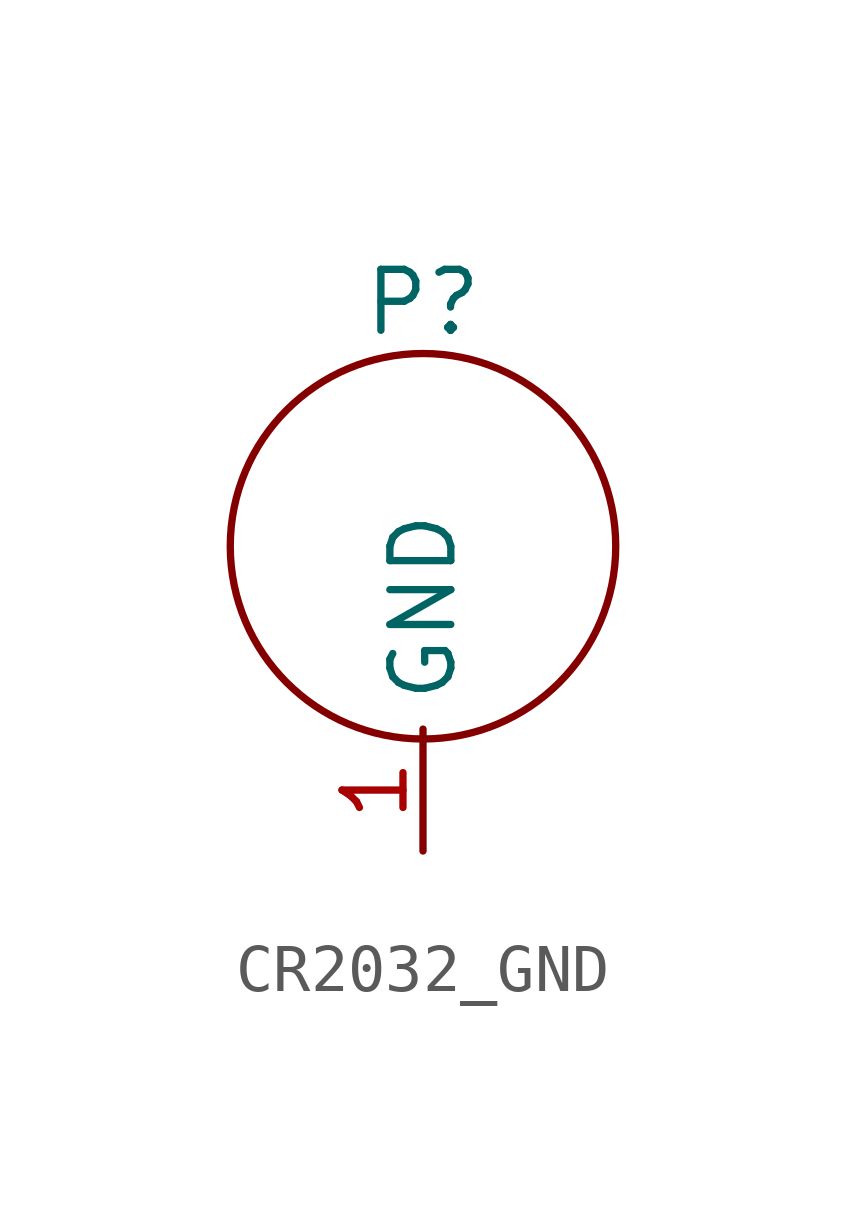
<source format=kicad_sym>
(kicad_symbol_lib
  (version 20220914)
  (generator kicad_symbol_editor)
  (symbol "CR2032_GND"
    (property "Reference" "P"
      (at 0 5.08 0)
      (effects (font (size 1.27 1.27))))
    (property "Value" ""
      (at 0 3.81 0)
      (effects (font (size 1.27 1.27))))
    (symbol "CR2032_GND_0_1"
      (circle (center 0 0) (radius 4.016) (stroke (width 0) (type default)) (fill (type none))))
    (symbol "CR2032_GND_1_1"
      (pin power_in line (at 0 -6.35 90) (length 2.54) (name "GND" (effects (font (size 1.27 1.27)))) (number "1" (effects (font (size 1.27 1.27))))))))
</source>
